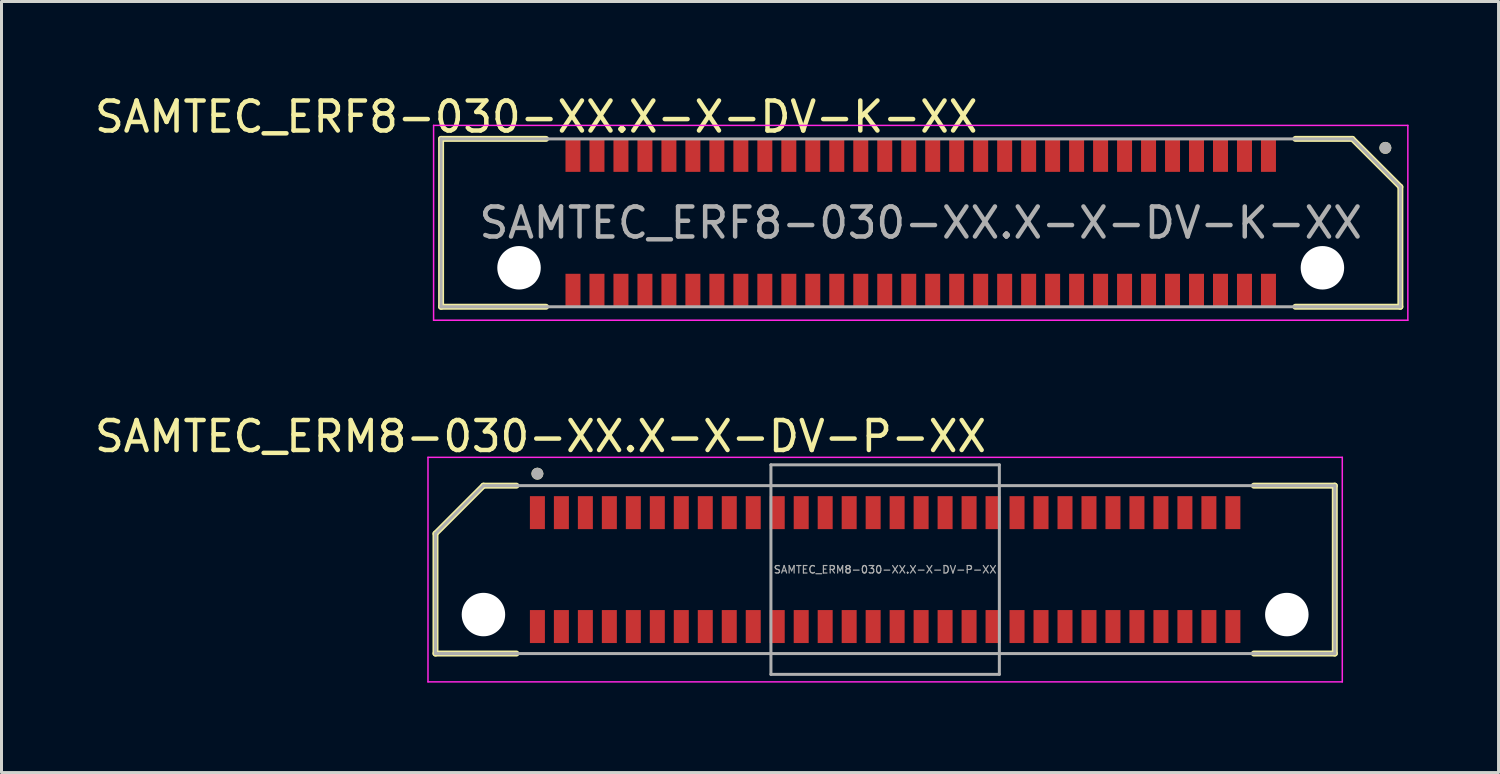
<source format=kicad_pcb>
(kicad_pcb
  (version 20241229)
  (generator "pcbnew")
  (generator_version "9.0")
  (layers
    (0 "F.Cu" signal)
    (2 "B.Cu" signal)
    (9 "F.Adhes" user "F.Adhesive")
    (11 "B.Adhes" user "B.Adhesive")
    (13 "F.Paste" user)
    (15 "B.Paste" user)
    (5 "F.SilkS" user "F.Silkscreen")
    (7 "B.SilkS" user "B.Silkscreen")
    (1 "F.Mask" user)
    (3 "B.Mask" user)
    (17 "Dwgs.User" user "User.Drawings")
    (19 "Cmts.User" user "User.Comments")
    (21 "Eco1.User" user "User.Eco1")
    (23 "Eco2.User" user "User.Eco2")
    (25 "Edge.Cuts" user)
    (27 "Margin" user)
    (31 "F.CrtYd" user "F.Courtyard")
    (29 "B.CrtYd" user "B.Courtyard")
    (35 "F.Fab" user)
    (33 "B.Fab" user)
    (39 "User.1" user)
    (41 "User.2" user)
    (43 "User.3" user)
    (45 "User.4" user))
  (footprint "SAMTEC_ERM8-030-XX.X-X-DV-P-XX"
    (layer "F.Cu")
    (at 26.477 15.951)
    (property "Reference" "SAMTEC_ERM8-030-XX.X-X-DV-P-XX" (at -11.495 -4.445 0) (layer "F.SilkS") (effects (font (size 1 1) (thickness 0.15))))
    (attr smd)
    (fp_line (start -15 2.8) (end -15 -1.2) (stroke (width 0.2) (type solid)) (layer "F.SilkS"))
    (fp_line (start -15 2.8) (end -12.3 2.8) (stroke (width 0.2) (type solid)) (layer "F.SilkS"))
    (fp_line (start -13.4 -2.8) (end -15 -1.2) (stroke (width 0.2) (type solid)) (layer "F.SilkS"))
    (fp_line (start -12.3 -2.8) (end -13.4 -2.8) (stroke (width 0.2) (type solid)) (layer "F.SilkS"))
    (fp_line (start 12.3 -2.8) (end 15 -2.8) (stroke (width 0.2) (type solid)) (layer "F.SilkS"))
    (fp_line (start 15 -2.8) (end 15 2.8) (stroke (width 0.2) (type solid)) (layer "F.SilkS"))
    (fp_line (start 15 2.8) (end 12.3 2.8) (stroke (width 0.2) (type solid)) (layer "F.SilkS"))
    (fp_circle (center -11.6 -3.2) (end -11.5 -3.2) (stroke (width 0.2) (type solid)) (fill no) (layer "F.SilkS"))
    (fp_line (start -15.25 -3.745) (end 15.25 -3.745) (stroke (width 0.05) (type solid)) (layer "F.CrtYd"))
    (fp_line (start -15.25 3.745) (end -15.25 -3.745) (stroke (width 0.05) (type solid)) (layer "F.CrtYd"))
    (fp_line (start 15.25 -3.745) (end 15.25 3.745) (stroke (width 0.05) (type solid)) (layer "F.CrtYd"))
    (fp_line (start 15.25 3.745) (end -15.25 3.745) (stroke (width 0.05) (type solid)) (layer "F.CrtYd"))
    (fp_line (start -15 -1.2) (end -13.4 -2.8) (stroke (width 0.1) (type solid)) (layer "F.Fab"))
    (fp_line (start -15 2.8) (end -15 -1.2) (stroke (width 0.1) (type solid)) (layer "F.Fab"))
    (fp_line (start -13.4 -2.8) (end 15 -2.8) (stroke (width 0.1) (type solid)) (layer "F.Fab"))
    (fp_line (start -3.81 -3.495) (end 3.81 -3.495) (stroke (width 0.1) (type solid)) (layer "F.Fab"))
    (fp_line (start -3.81 3.495) (end -3.81 -3.495) (stroke (width 0.1) (type solid)) (layer "F.Fab"))
    (fp_line (start 3.81 -3.495) (end 3.81 3.495) (stroke (width 0.1) (type solid)) (layer "F.Fab"))
    (fp_line (start 3.81 3.495) (end -3.81 3.495) (stroke (width 0.1) (type solid)) (layer "F.Fab"))
    (fp_line (start 15 -2.8) (end 15 2.8) (stroke (width 0.1) (type solid)) (layer "F.Fab"))
    (fp_line (start 15 2.8) (end -15 2.8) (stroke (width 0.1) (type solid)) (layer "F.Fab"))
    (fp_circle (center -11.6 -3.2) (end -11.5 -3.2) (stroke (width 0.2) (type solid)) (fill no) (layer "F.Fab"))
    (fp_text user "${REFERENCE}" (at 0 0 0) (unlocked yes) (layer "F.Fab") (effects (font (size 0.25 0.25) (thickness 0.04))))
    (pad "" np_thru_hole circle (at -13.4 1.5) (size 1.45 1.45) (drill 1.45) (layers "*.Cu" "*.Mask"))
    (pad "" np_thru_hole circle (at 13.4 1.5) (size 1.45 1.45) (drill 1.45) (layers "*.Cu" "*.Mask"))
    (pad "1" smd rect (at -11.6 -1.9) (size 0.5 1.1) (layers "F.Cu" "F.Mask" "F.Paste"))
    (pad "2" smd rect (at -11.6 1.9) (size 0.5 1.1) (layers "F.Cu" "F.Mask" "F.Paste"))
    (pad "3" smd rect (at -10.8 -1.9) (size 0.5 1.1) (layers "F.Cu" "F.Mask" "F.Paste"))
    (pad "4" smd rect (at -10.8 1.9) (size 0.5 1.1) (layers "F.Cu" "F.Mask" "F.Paste"))
    (pad "5" smd rect (at -10 -1.9) (size 0.5 1.1) (layers "F.Cu" "F.Mask" "F.Paste"))
    (pad "6" smd rect (at -10 1.9) (size 0.5 1.1) (layers "F.Cu" "F.Mask" "F.Paste"))
    (pad "7" smd rect (at -9.2 -1.9) (size 0.5 1.1) (layers "F.Cu" "F.Mask" "F.Paste"))
    (pad "8" smd rect (at -9.2 1.9) (size 0.5 1.1) (layers "F.Cu" "F.Mask" "F.Paste"))
    (pad "9" smd rect (at -8.4 -1.9) (size 0.5 1.1) (layers "F.Cu" "F.Mask" "F.Paste"))
    (pad "10" smd rect (at -8.4 1.9) (size 0.5 1.1) (layers "F.Cu" "F.Mask" "F.Paste"))
    (pad "11" smd rect (at -7.6 -1.9) (size 0.5 1.1) (layers "F.Cu" "F.Mask" "F.Paste"))
    (pad "12" smd rect (at -7.6 1.9) (size 0.5 1.1) (layers "F.Cu" "F.Mask" "F.Paste"))
    (pad "13" smd rect (at -6.8 -1.9) (size 0.5 1.1) (layers "F.Cu" "F.Mask" "F.Paste"))
    (pad "14" smd rect (at -6.8 1.9) (size 0.5 1.1) (layers "F.Cu" "F.Mask" "F.Paste"))
    (pad "15" smd rect (at -6 -1.9) (size 0.5 1.1) (layers "F.Cu" "F.Mask" "F.Paste"))
    (pad "16" smd rect (at -6 1.9) (size 0.5 1.1) (layers "F.Cu" "F.Mask" "F.Paste"))
    (pad "17" smd rect (at -5.2 -1.9) (size 0.5 1.1) (layers "F.Cu" "F.Mask" "F.Paste"))
    (pad "18" smd rect (at -5.2 1.9) (size 0.5 1.1) (layers "F.Cu" "F.Mask" "F.Paste"))
    (pad "19" smd rect (at -4.4 -1.9) (size 0.5 1.1) (layers "F.Cu" "F.Mask" "F.Paste"))
    (pad "20" smd rect (at -4.4 1.9) (size 0.5 1.1) (layers "F.Cu" "F.Mask" "F.Paste"))
    (pad "21" smd rect (at -3.6 -1.9) (size 0.5 1.1) (layers "F.Cu" "F.Mask" "F.Paste"))
    (pad "22" smd rect (at -3.6 1.9) (size 0.5 1.1) (layers "F.Cu" "F.Mask" "F.Paste"))
    (pad "23" smd rect (at -2.8 -1.9) (size 0.5 1.1) (layers "F.Cu" "F.Mask" "F.Paste"))
    (pad "24" smd rect (at -2.8 1.9) (size 0.5 1.1) (layers "F.Cu" "F.Mask" "F.Paste"))
    (pad "25" smd rect (at -2 -1.9) (size 0.5 1.1) (layers "F.Cu" "F.Mask" "F.Paste"))
    (pad "26" smd rect (at -2 1.9) (size 0.5 1.1) (layers "F.Cu" "F.Mask" "F.Paste"))
    (pad "27" smd rect (at -1.2 -1.9) (size 0.5 1.1) (layers "F.Cu" "F.Mask" "F.Paste"))
    (pad "28" smd rect (at -1.2 1.9) (size 0.5 1.1) (layers "F.Cu" "F.Mask" "F.Paste"))
    (pad "29" smd rect (at -0.4 -1.9) (size 0.5 1.1) (layers "F.Cu" "F.Mask" "F.Paste"))
    (pad "30" smd rect (at -0.4 1.9) (size 0.5 1.1) (layers "F.Cu" "F.Mask" "F.Paste"))
    (pad "31" smd rect (at 0.4 -1.9) (size 0.5 1.1) (layers "F.Cu" "F.Mask" "F.Paste"))
    (pad "32" smd rect (at 0.4 1.9) (size 0.5 1.1) (layers "F.Cu" "F.Mask" "F.Paste"))
    (pad "33" smd rect (at 1.2 -1.9) (size 0.5 1.1) (layers "F.Cu" "F.Mask" "F.Paste"))
    (pad "34" smd rect (at 1.2 1.9) (size 0.5 1.1) (layers "F.Cu" "F.Mask" "F.Paste"))
    (pad "35" smd rect (at 2 -1.9) (size 0.5 1.1) (layers "F.Cu" "F.Mask" "F.Paste"))
    (pad "36" smd rect (at 2 1.9) (size 0.5 1.1) (layers "F.Cu" "F.Mask" "F.Paste"))
    (pad "37" smd rect (at 2.8 -1.9) (size 0.5 1.1) (layers "F.Cu" "F.Mask" "F.Paste"))
    (pad "38" smd rect (at 2.8 1.9) (size 0.5 1.1) (layers "F.Cu" "F.Mask" "F.Paste"))
    (pad "39" smd rect (at 3.6 -1.9) (size 0.5 1.1) (layers "F.Cu" "F.Mask" "F.Paste"))
    (pad "40" smd rect (at 3.6 1.9) (size 0.5 1.1) (layers "F.Cu" "F.Mask" "F.Paste"))
    (pad "41" smd rect (at 4.4 -1.9) (size 0.5 1.1) (layers "F.Cu" "F.Mask" "F.Paste"))
    (pad "42" smd rect (at 4.4 1.9) (size 0.5 1.1) (layers "F.Cu" "F.Mask" "F.Paste"))
    (pad "43" smd rect (at 5.2 -1.9) (size 0.5 1.1) (layers "F.Cu" "F.Mask" "F.Paste"))
    (pad "44" smd rect (at 5.2 1.9) (size 0.5 1.1) (layers "F.Cu" "F.Mask" "F.Paste"))
    (pad "45" smd rect (at 6 -1.9) (size 0.5 1.1) (layers "F.Cu" "F.Mask" "F.Paste"))
    (pad "46" smd rect (at 6 1.9) (size 0.5 1.1) (layers "F.Cu" "F.Mask" "F.Paste"))
    (pad "47" smd rect (at 6.8 -1.9) (size 0.5 1.1) (layers "F.Cu" "F.Mask" "F.Paste"))
    (pad "48" smd rect (at 6.8 1.9) (size 0.5 1.1) (layers "F.Cu" "F.Mask" "F.Paste"))
    (pad "49" smd rect (at 7.6 -1.9) (size 0.5 1.1) (layers "F.Cu" "F.Mask" "F.Paste"))
    (pad "50" smd rect (at 7.6 1.9) (size 0.5 1.1) (layers "F.Cu" "F.Mask" "F.Paste"))
    (pad "51" smd rect (at 8.4 -1.9) (size 0.5 1.1) (layers "F.Cu" "F.Mask" "F.Paste"))
    (pad "52" smd rect (at 8.4 1.9) (size 0.5 1.1) (layers "F.Cu" "F.Mask" "F.Paste"))
    (pad "53" smd rect (at 9.2 -1.9) (size 0.5 1.1) (layers "F.Cu" "F.Mask" "F.Paste"))
    (pad "54" smd rect (at 9.2 1.9) (size 0.5 1.1) (layers "F.Cu" "F.Mask" "F.Paste"))
    (pad "55" smd rect (at 10 -1.9) (size 0.5 1.1) (layers "F.Cu" "F.Mask" "F.Paste"))
    (pad "56" smd rect (at 10 1.9) (size 0.5 1.1) (layers "F.Cu" "F.Mask" "F.Paste"))
    (pad "57" smd rect (at 10.8 -1.9) (size 0.5 1.1) (layers "F.Cu" "F.Mask" "F.Paste"))
    (pad "58" smd rect (at 10.8 1.9) (size 0.5 1.1) (layers "F.Cu" "F.Mask" "F.Paste"))
    (pad "59" smd rect (at 11.6 -1.9) (size 0.5 1.1) (layers "F.Cu" "F.Mask" "F.Paste"))
    (pad "60" smd rect (at 11.6 1.9) (size 0.5 1.1) (layers "F.Cu" "F.Mask" "F.Paste")))
  (footprint "SAMTEC_ERF8-030-XX.X-X-DV-K-XX"
    (layer "F.Cu")
    (at 27.664 4.383)
    (property "Reference" "SAMTEC_ERF8-030-XX.X-X-DV-K-XX" (at -12.825 -3.535 0) (layer "F.SilkS") (effects (font (size 1 1) (thickness 0.15))))
    (attr smd)
    (fp_line (start -16 -2.8) (end -12.5 -2.8) (stroke (width 0.2) (type solid)) (layer "F.SilkS"))
    (fp_line (start -16 2.8) (end -16 -2.8) (stroke (width 0.2) (type solid)) (layer "F.SilkS"))
    (fp_line (start -16 2.8) (end -12.5 2.8) (stroke (width 0.2) (type solid)) (layer "F.SilkS"))
    (fp_line (start 14.4 -2.8) (end 12.5 -2.8) (stroke (width 0.2) (type solid)) (layer "F.SilkS"))
    (fp_line (start 16 -1.2) (end 14.4 -2.8) (stroke (width 0.2) (type solid)) (layer "F.SilkS"))
    (fp_line (start 16 2.8) (end 12.5 2.8) (stroke (width 0.2) (type solid)) (layer "F.SilkS"))
    (fp_line (start 16 2.8) (end 16 -1.2) (stroke (width 0.2) (type solid)) (layer "F.SilkS"))
    (fp_circle (center 15.5 -2.5) (end 15.6 -2.5) (stroke (width 0.2) (type solid)) (fill no) (layer "F.SilkS"))
    (fp_line (start -16.25 3.25) (end -16.25 -3.25) (stroke (width 0.05) (type solid)) (layer "F.CrtYd"))
    (fp_line (start -16.25 3.25) (end 16.25 3.25) (stroke (width 0.05) (type solid)) (layer "F.CrtYd"))
    (fp_line (start 16.25 -3.25) (end -16.25 -3.25) (stroke (width 0.05) (type solid)) (layer "F.CrtYd"))
    (fp_line (start 16.25 -3.25) (end 16.25 3.25) (stroke (width 0.05) (type solid)) (layer "F.CrtYd"))
    (fp_line (start -16 -2.8) (end 14.4 -2.8) (stroke (width 0.1) (type solid)) (layer "F.Fab"))
    (fp_line (start -16 2.8) (end -16 -2.8) (stroke (width 0.1) (type solid)) (layer "F.Fab"))
    (fp_line (start -16 2.8) (end 16 2.8) (stroke (width 0.1) (type solid)) (layer "F.Fab"))
    (fp_line (start 16 -1.2) (end 14.4 -2.8) (stroke (width 0.1) (type solid)) (layer "F.Fab"))
    (fp_line (start 16 -1.2) (end 16 2.8) (stroke (width 0.1) (type solid)) (layer "F.Fab"))
    (fp_circle (center 15.5 -2.5) (end 15.4 -2.5) (stroke (width 0.2) (type solid)) (fill no) (layer "F.Fab"))
    (fp_text user "${REFERENCE}" (at 0 0 0) (unlocked yes) (layer "F.Fab") (effects (font (size 1 1) (thickness 0.15))))
    (pad "" np_thru_hole circle (at -13.4 1.5) (size 1.45 1.45) (drill 1.45) (layers "*.Cu" "*.Mask"))
    (pad "" np_thru_hole circle (at 13.4 1.5) (size 1.45 1.45) (drill 1.45) (layers "*.Cu" "*.Mask"))
    (pad "1" smd rect (at 11.6 -2.25) (size 0.5 1.1) (layers "F.Cu" "F.Mask" "F.Paste"))
    (pad "2" smd rect (at 11.6 2.25) (size 0.5 1.1) (layers "F.Cu" "F.Mask" "F.Paste"))
    (pad "3" smd rect (at 10.8 -2.25) (size 0.5 1.1) (layers "F.Cu" "F.Mask" "F.Paste"))
    (pad "4" smd rect (at 10.8 2.25) (size 0.5 1.1) (layers "F.Cu" "F.Mask" "F.Paste"))
    (pad "5" smd rect (at 10 -2.25) (size 0.5 1.1) (layers "F.Cu" "F.Mask" "F.Paste"))
    (pad "6" smd rect (at 10 2.25) (size 0.5 1.1) (layers "F.Cu" "F.Mask" "F.Paste"))
    (pad "7" smd rect (at 9.2 -2.25) (size 0.5 1.1) (layers "F.Cu" "F.Mask" "F.Paste"))
    (pad "8" smd rect (at 9.2 2.25) (size 0.5 1.1) (layers "F.Cu" "F.Mask" "F.Paste"))
    (pad "9" smd rect (at 8.4 -2.25) (size 0.5 1.1) (layers "F.Cu" "F.Mask" "F.Paste"))
    (pad "10" smd rect (at 8.4 2.25) (size 0.5 1.1) (layers "F.Cu" "F.Mask" "F.Paste"))
    (pad "11" smd rect (at 7.6 -2.25) (size 0.5 1.1) (layers "F.Cu" "F.Mask" "F.Paste"))
    (pad "12" smd rect (at 7.6 2.25) (size 0.5 1.1) (layers "F.Cu" "F.Mask" "F.Paste"))
    (pad "13" smd rect (at 6.8 -2.25) (size 0.5 1.1) (layers "F.Cu" "F.Mask" "F.Paste"))
    (pad "14" smd rect (at 6.8 2.25) (size 0.5 1.1) (layers "F.Cu" "F.Mask" "F.Paste"))
    (pad "15" smd rect (at 6 -2.25) (size 0.5 1.1) (layers "F.Cu" "F.Mask" "F.Paste"))
    (pad "16" smd rect (at 6 2.25) (size 0.5 1.1) (layers "F.Cu" "F.Mask" "F.Paste"))
    (pad "17" smd rect (at 5.2 -2.25) (size 0.5 1.1) (layers "F.Cu" "F.Mask" "F.Paste"))
    (pad "18" smd rect (at 5.2 2.25) (size 0.5 1.1) (layers "F.Cu" "F.Mask" "F.Paste"))
    (pad "19" smd rect (at 4.4 -2.25) (size 0.5 1.1) (layers "F.Cu" "F.Mask" "F.Paste"))
    (pad "20" smd rect (at 4.4 2.25) (size 0.5 1.1) (layers "F.Cu" "F.Mask" "F.Paste"))
    (pad "21" smd rect (at 3.6 -2.25) (size 0.5 1.1) (layers "F.Cu" "F.Mask" "F.Paste"))
    (pad "22" smd rect (at 3.6 2.25) (size 0.5 1.1) (layers "F.Cu" "F.Mask" "F.Paste"))
    (pad "23" smd rect (at 2.8 -2.25) (size 0.5 1.1) (layers "F.Cu" "F.Mask" "F.Paste"))
    (pad "24" smd rect (at 2.8 2.25) (size 0.5 1.1) (layers "F.Cu" "F.Mask" "F.Paste"))
    (pad "25" smd rect (at 2 -2.25) (size 0.5 1.1) (layers "F.Cu" "F.Mask" "F.Paste"))
    (pad "26" smd rect (at 2 2.25) (size 0.5 1.1) (layers "F.Cu" "F.Mask" "F.Paste"))
    (pad "27" smd rect (at 1.2 -2.25) (size 0.5 1.1) (layers "F.Cu" "F.Mask" "F.Paste"))
    (pad "28" smd rect (at 1.2 2.25) (size 0.5 1.1) (layers "F.Cu" "F.Mask" "F.Paste"))
    (pad "29" smd rect (at 0.4 -2.25) (size 0.5 1.1) (layers "F.Cu" "F.Mask" "F.Paste"))
    (pad "30" smd rect (at 0.4 2.25) (size 0.5 1.1) (layers "F.Cu" "F.Mask" "F.Paste"))
    (pad "31" smd rect (at -0.4 -2.25) (size 0.5 1.1) (layers "F.Cu" "F.Mask" "F.Paste"))
    (pad "32" smd rect (at -0.4 2.25) (size 0.5 1.1) (layers "F.Cu" "F.Mask" "F.Paste"))
    (pad "33" smd rect (at -1.2 -2.25) (size 0.5 1.1) (layers "F.Cu" "F.Mask" "F.Paste"))
    (pad "34" smd rect (at -1.2 2.25) (size 0.5 1.1) (layers "F.Cu" "F.Mask" "F.Paste"))
    (pad "35" smd rect (at -2 -2.25) (size 0.5 1.1) (layers "F.Cu" "F.Mask" "F.Paste"))
    (pad "36" smd rect (at -2 2.25) (size 0.5 1.1) (layers "F.Cu" "F.Mask" "F.Paste"))
    (pad "37" smd rect (at -2.8 -2.25) (size 0.5 1.1) (layers "F.Cu" "F.Mask" "F.Paste"))
    (pad "38" smd rect (at -2.8 2.25) (size 0.5 1.1) (layers "F.Cu" "F.Mask" "F.Paste"))
    (pad "39" smd rect (at -3.6 -2.25) (size 0.5 1.1) (layers "F.Cu" "F.Mask" "F.Paste"))
    (pad "40" smd rect (at -3.6 2.25) (size 0.5 1.1) (layers "F.Cu" "F.Mask" "F.Paste"))
    (pad "41" smd rect (at -4.4 -2.25) (size 0.5 1.1) (layers "F.Cu" "F.Mask" "F.Paste"))
    (pad "42" smd rect (at -4.4 2.25) (size 0.5 1.1) (layers "F.Cu" "F.Mask" "F.Paste"))
    (pad "43" smd rect (at -5.2 -2.25) (size 0.5 1.1) (layers "F.Cu" "F.Mask" "F.Paste"))
    (pad "44" smd rect (at -5.2 2.25) (size 0.5 1.1) (layers "F.Cu" "F.Mask" "F.Paste"))
    (pad "45" smd rect (at -6 -2.25) (size 0.5 1.1) (layers "F.Cu" "F.Mask" "F.Paste"))
    (pad "46" smd rect (at -6 2.25) (size 0.5 1.1) (layers "F.Cu" "F.Mask" "F.Paste"))
    (pad "47" smd rect (at -6.8 -2.25) (size 0.5 1.1) (layers "F.Cu" "F.Mask" "F.Paste"))
    (pad "48" smd rect (at -6.8 2.25) (size 0.5 1.1) (layers "F.Cu" "F.Mask" "F.Paste"))
    (pad "49" smd rect (at -7.6 -2.25) (size 0.5 1.1) (layers "F.Cu" "F.Mask" "F.Paste"))
    (pad "50" smd rect (at -7.6 2.25) (size 0.5 1.1) (layers "F.Cu" "F.Mask" "F.Paste"))
    (pad "51" smd rect (at -8.4 -2.25) (size 0.5 1.1) (layers "F.Cu" "F.Mask" "F.Paste"))
    (pad "52" smd rect (at -8.4 2.25) (size 0.5 1.1) (layers "F.Cu" "F.Mask" "F.Paste"))
    (pad "53" smd rect (at -9.2 -2.25) (size 0.5 1.1) (layers "F.Cu" "F.Mask" "F.Paste"))
    (pad "54" smd rect (at -9.2 2.25) (size 0.5 1.1) (layers "F.Cu" "F.Mask" "F.Paste"))
    (pad "55" smd rect (at -10 -2.25) (size 0.5 1.1) (layers "F.Cu" "F.Mask" "F.Paste"))
    (pad "56" smd rect (at -10 2.25) (size 0.5 1.1) (layers "F.Cu" "F.Mask" "F.Paste"))
    (pad "57" smd rect (at -10.8 -2.25) (size 0.5 1.1) (layers "F.Cu" "F.Mask" "F.Paste"))
    (pad "58" smd rect (at -10.8 2.25) (size 0.5 1.1) (layers "F.Cu" "F.Mask" "F.Paste"))
    (pad "59" smd rect (at -11.6 -2.25) (size 0.5 1.1) (layers "F.Cu" "F.Mask" "F.Paste"))
    (pad "60" smd rect (at -11.6 2.25) (size 0.5 1.1) (layers "F.Cu" "F.Mask" "F.Paste")))
  (gr_rect
    (start -3 -3)
    (end 46.939 22.721)
    (stroke (width 0.1) (type default))
    (fill no)
    (layer "Edge.Cuts")))
</source>
